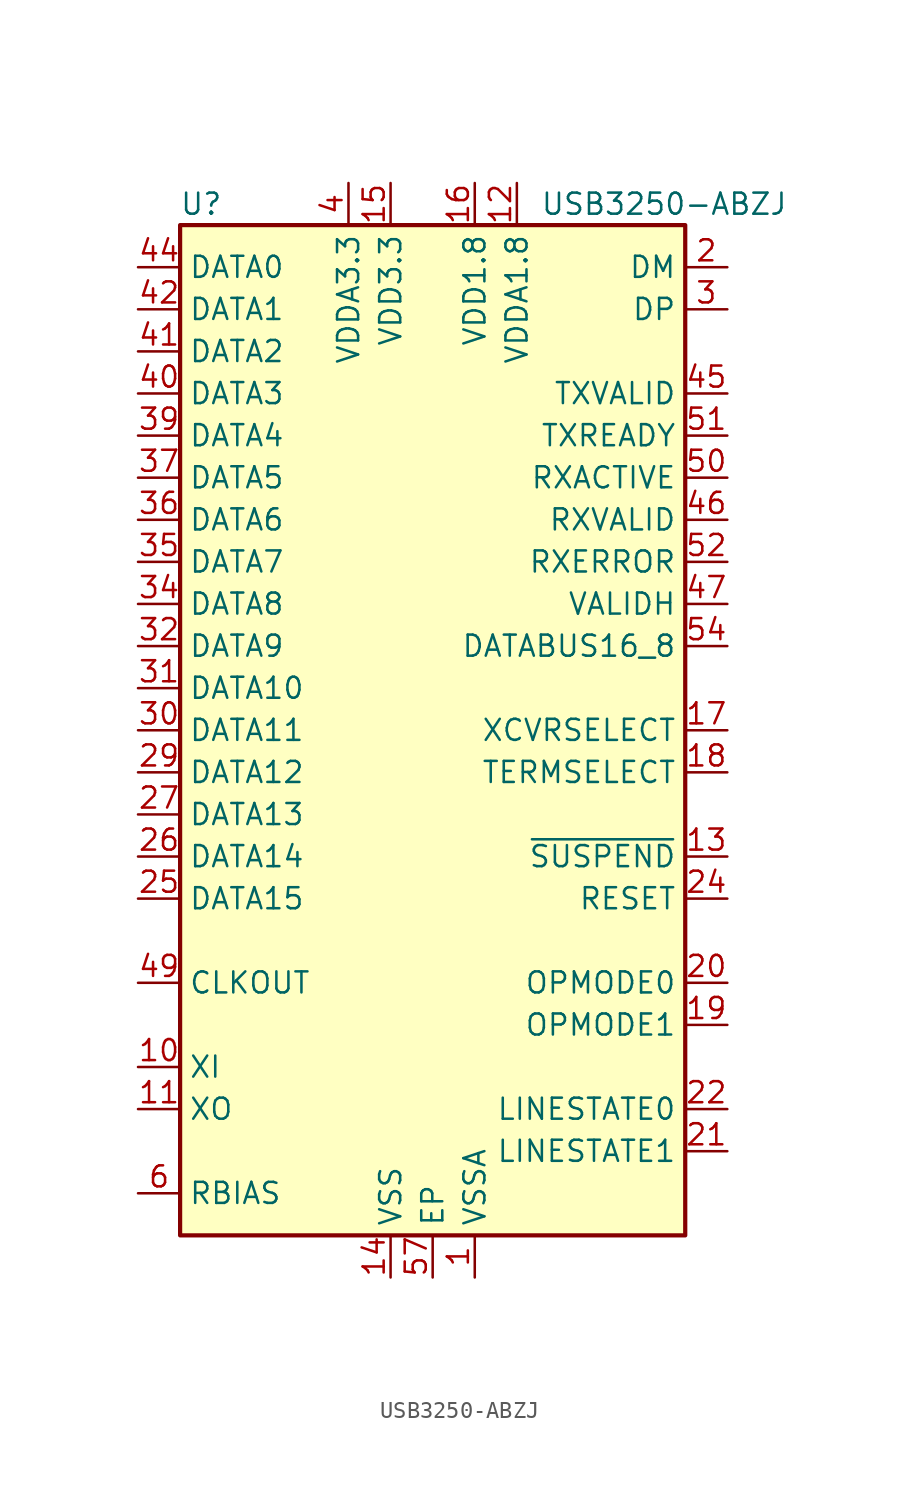
<source format=kicad_sym>
(kicad_symbol_lib
  (version 20211014)
  (generator kicad_symbol_editor)
  (symbol "USB3250-ABZJ"
    (property "Reference" "U"
      (at -13.97 31.75 0)
      (effects (font (size 1.27 1.27))))
    (property "Value" "USB3250-ABZJ"
      (at 13.97 31.75 0)
      (effects (font (size 1.27 1.27))))
    (symbol "USB3250-ABZJ_0_1"
      (rectangle (start 15.24 -30.48) (end -15.24 30.48) (stroke (width 0.254) (type default) (color 0 0 0 0)) (fill (type background))))
    (symbol "USB3250-ABZJ_1_1"
      (pin power_in line (at 2.54 -33.02 90) (length 2.54) (name "VSSA" (effects (font (size 1.27 1.27)))) (number "1" (effects (font (size 1.27 1.27)))))
      (pin input line (at -17.78 -20.32 0) (length 2.54) (name "XI" (effects (font (size 1.27 1.27)))) (number "10" (effects (font (size 1.27 1.27)))))
      (pin output line (at -17.78 -22.86 0) (length 2.54) (name "XO" (effects (font (size 1.27 1.27)))) (number "11" (effects (font (size 1.27 1.27)))))
      (pin power_in line (at 5.08 33.02 270) (length 2.54) (name "VDDA1.8" (effects (font (size 1.27 1.27)))) (number "12" (effects (font (size 1.27 1.27)))))
      (pin input line (at 17.78 -7.62 180) (length 2.54) (name "~{SUSPEND}" (effects (font (size 1.27 1.27)))) (number "13" (effects (font (size 1.27 1.27)))))
      (pin power_in line (at -2.54 -33.02 90) (length 2.54) (name "VSS" (effects (font (size 1.27 1.27)))) (number "14" (effects (font (size 1.27 1.27)))))
      (pin power_in line (at -2.54 33.02 270) (length 2.54) (name "VDD3.3" (effects (font (size 1.27 1.27)))) (number "15" (effects (font (size 1.27 1.27)))))
      (pin power_in line (at 2.54 33.02 270) (length 2.54) (name "VDD1.8" (effects (font (size 1.27 1.27)))) (number "16" (effects (font (size 1.27 1.27)))))
      (pin input line (at 17.78 0 180) (length 2.54) (name "XCVRSELECT" (effects (font (size 1.27 1.27)))) (number "17" (effects (font (size 1.27 1.27)))))
      (pin input line (at 17.78 -2.54 180) (length 2.54) (name "TERMSELECT" (effects (font (size 1.27 1.27)))) (number "18" (effects (font (size 1.27 1.27)))))
      (pin input line (at 17.78 -17.78 180) (length 2.54) (name "OPMODE1" (effects (font (size 1.27 1.27)))) (number "19" (effects (font (size 1.27 1.27)))))
      (pin bidirectional line (at 17.78 27.94 180) (length 2.54) (name "DM" (effects (font (size 1.27 1.27)))) (number "2" (effects (font (size 1.27 1.27)))))
      (pin input line (at 17.78 -15.24 180) (length 2.54) (name "OPMODE0" (effects (font (size 1.27 1.27)))) (number "20" (effects (font (size 1.27 1.27)))))
      (pin output line (at 17.78 -25.4 180) (length 2.54) (name "LINESTATE1" (effects (font (size 1.27 1.27)))) (number "21" (effects (font (size 1.27 1.27)))))
      (pin output line (at 17.78 -22.86 180) (length 2.54) (name "LINESTATE0" (effects (font (size 1.27 1.27)))) (number "22" (effects (font (size 1.27 1.27)))))
      (pin passive line (at 2.54 33.02 270) (length 2.54) hide (name "VDD1.8" (effects (font (size 1.27 1.27)))) (number "23" (effects (font (size 1.27 1.27)))))
      (pin input line (at 17.78 -10.16 180) (length 2.54) (name "RESET" (effects (font (size 1.27 1.27)))) (number "24" (effects (font (size 1.27 1.27)))))
      (pin bidirectional line (at -17.78 -10.16 0) (length 2.54) (name "DATA15" (effects (font (size 1.27 1.27)))) (number "25" (effects (font (size 1.27 1.27)))))
      (pin bidirectional line (at -17.78 -7.62 0) (length 2.54) (name "DATA14" (effects (font (size 1.27 1.27)))) (number "26" (effects (font (size 1.27 1.27)))))
      (pin bidirectional line (at -17.78 -5.08 0) (length 2.54) (name "DATA13" (effects (font (size 1.27 1.27)))) (number "27" (effects (font (size 1.27 1.27)))))
      (pin passive line (at -2.54 33.02 270) (length 2.54) hide (name "VDD3.3" (effects (font (size 1.27 1.27)))) (number "28" (effects (font (size 1.27 1.27)))))
      (pin bidirectional line (at -17.78 -2.54 0) (length 2.54) (name "DATA12" (effects (font (size 1.27 1.27)))) (number "29" (effects (font (size 1.27 1.27)))))
      (pin bidirectional line (at 17.78 25.4 180) (length 2.54) (name "DP" (effects (font (size 1.27 1.27)))) (number "3" (effects (font (size 1.27 1.27)))))
      (pin bidirectional line (at -17.78 0 0) (length 2.54) (name "DATA11" (effects (font (size 1.27 1.27)))) (number "30" (effects (font (size 1.27 1.27)))))
      (pin bidirectional line (at -17.78 2.54 0) (length 2.54) (name "DATA10" (effects (font (size 1.27 1.27)))) (number "31" (effects (font (size 1.27 1.27)))))
      (pin bidirectional line (at -17.78 5.08 0) (length 2.54) (name "DATA9" (effects (font (size 1.27 1.27)))) (number "32" (effects (font (size 1.27 1.27)))))
      (pin passive line (at -2.54 -33.02 90) (length 2.54) hide (name "VSS" (effects (font (size 1.27 1.27)))) (number "33" (effects (font (size 1.27 1.27)))))
      (pin bidirectional line (at -17.78 7.62 0) (length 2.54) (name "DATA8" (effects (font (size 1.27 1.27)))) (number "34" (effects (font (size 1.27 1.27)))))
      (pin bidirectional line (at -17.78 10.16 0) (length 2.54) (name "DATA7" (effects (font (size 1.27 1.27)))) (number "35" (effects (font (size 1.27 1.27)))))
      (pin bidirectional line (at -17.78 12.7 0) (length 2.54) (name "DATA6" (effects (font (size 1.27 1.27)))) (number "36" (effects (font (size 1.27 1.27)))))
      (pin bidirectional line (at -17.78 15.24 0) (length 2.54) (name "DATA5" (effects (font (size 1.27 1.27)))) (number "37" (effects (font (size 1.27 1.27)))))
      (pin passive line (at 2.54 33.02 270) (length 2.54) hide (name "VDD1.8" (effects (font (size 1.27 1.27)))) (number "38" (effects (font (size 1.27 1.27)))))
      (pin bidirectional line (at -17.78 17.78 0) (length 2.54) (name "DATA4" (effects (font (size 1.27 1.27)))) (number "39" (effects (font (size 1.27 1.27)))))
      (pin power_in line (at -5.08 33.02 270) (length 2.54) (name "VDDA3.3" (effects (font (size 1.27 1.27)))) (number "4" (effects (font (size 1.27 1.27)))))
      (pin bidirectional line (at -17.78 20.32 0) (length 2.54) (name "DATA3" (effects (font (size 1.27 1.27)))) (number "40" (effects (font (size 1.27 1.27)))))
      (pin bidirectional line (at -17.78 22.86 0) (length 2.54) (name "DATA2" (effects (font (size 1.27 1.27)))) (number "41" (effects (font (size 1.27 1.27)))))
      (pin bidirectional line (at -17.78 25.4 0) (length 2.54) (name "DATA1" (effects (font (size 1.27 1.27)))) (number "42" (effects (font (size 1.27 1.27)))))
      (pin passive line (at -2.54 33.02 270) (length 2.54) hide (name "VDD3.3" (effects (font (size 1.27 1.27)))) (number "43" (effects (font (size 1.27 1.27)))))
      (pin bidirectional line (at -17.78 27.94 0) (length 2.54) (name "DATA0" (effects (font (size 1.27 1.27)))) (number "44" (effects (font (size 1.27 1.27)))))
      (pin input line (at 17.78 20.32 180) (length 2.54) (name "TXVALID" (effects (font (size 1.27 1.27)))) (number "45" (effects (font (size 1.27 1.27)))))
      (pin output line (at 17.78 12.7 180) (length 2.54) (name "RXVALID" (effects (font (size 1.27 1.27)))) (number "46" (effects (font (size 1.27 1.27)))))
      (pin bidirectional line (at 17.78 7.62 180) (length 2.54) (name "VALIDH" (effects (font (size 1.27 1.27)))) (number "47" (effects (font (size 1.27 1.27)))))
      (pin passive line (at -2.54 -33.02 90) (length 2.54) hide (name "VSS" (effects (font (size 1.27 1.27)))) (number "48" (effects (font (size 1.27 1.27)))))
      (pin output line (at -17.78 -15.24 0) (length 2.54) (name "CLKOUT" (effects (font (size 1.27 1.27)))) (number "49" (effects (font (size 1.27 1.27)))))
      (pin passive line (at 2.54 -33.02 90) (length 2.54) hide (name "VSSA" (effects (font (size 1.27 1.27)))) (number "5" (effects (font (size 1.27 1.27)))))
      (pin output line (at 17.78 15.24 180) (length 2.54) (name "RXACTIVE" (effects (font (size 1.27 1.27)))) (number "50" (effects (font (size 1.27 1.27)))))
      (pin output line (at 17.78 17.78 180) (length 2.54) (name "TXREADY" (effects (font (size 1.27 1.27)))) (number "51" (effects (font (size 1.27 1.27)))))
      (pin output line (at 17.78 10.16 180) (length 2.54) (name "RXERROR" (effects (font (size 1.27 1.27)))) (number "52" (effects (font (size 1.27 1.27)))))
      (pin passive line (at 2.54 33.02 270) (length 2.54) hide (name "VDD1.8" (effects (font (size 1.27 1.27)))) (number "53" (effects (font (size 1.27 1.27)))))
      (pin input line (at 17.78 5.08 180) (length 2.54) (name "DATABUS16_8" (effects (font (size 1.27 1.27)))) (number "54" (effects (font (size 1.27 1.27)))))
      (pin passive line (at -2.54 -33.02 90) (length 2.54) hide (name "VSS" (effects (font (size 1.27 1.27)))) (number "55" (effects (font (size 1.27 1.27)))))
      (pin passive line (at -2.54 -33.02 90) (length 2.54) hide (name "VSS" (effects (font (size 1.27 1.27)))) (number "56" (effects (font (size 1.27 1.27)))))
      (pin power_in line (at 0 -33.02 90) (length 2.54) (name "EP" (effects (font (size 1.27 1.27)))) (number "57" (effects (font (size 1.27 1.27)))))
      (pin passive line (at -17.78 -27.94 0) (length 2.54) (name "RBIAS" (effects (font (size 1.27 1.27)))) (number "6" (effects (font (size 1.27 1.27)))))
      (pin passive line (at -5.08 33.02 270) (length 2.54) hide (name "VDDA3.3" (effects (font (size 1.27 1.27)))) (number "7" (effects (font (size 1.27 1.27)))))
      (pin passive line (at 2.54 -33.02 90) (length 2.54) hide (name "VSSA" (effects (font (size 1.27 1.27)))) (number "8" (effects (font (size 1.27 1.27)))))
      (pin passive line (at 2.54 -33.02 90) (length 2.54) hide (name "VSSA" (effects (font (size 1.27 1.27)))) (number "9" (effects (font (size 1.27 1.27))))))))
</source>
